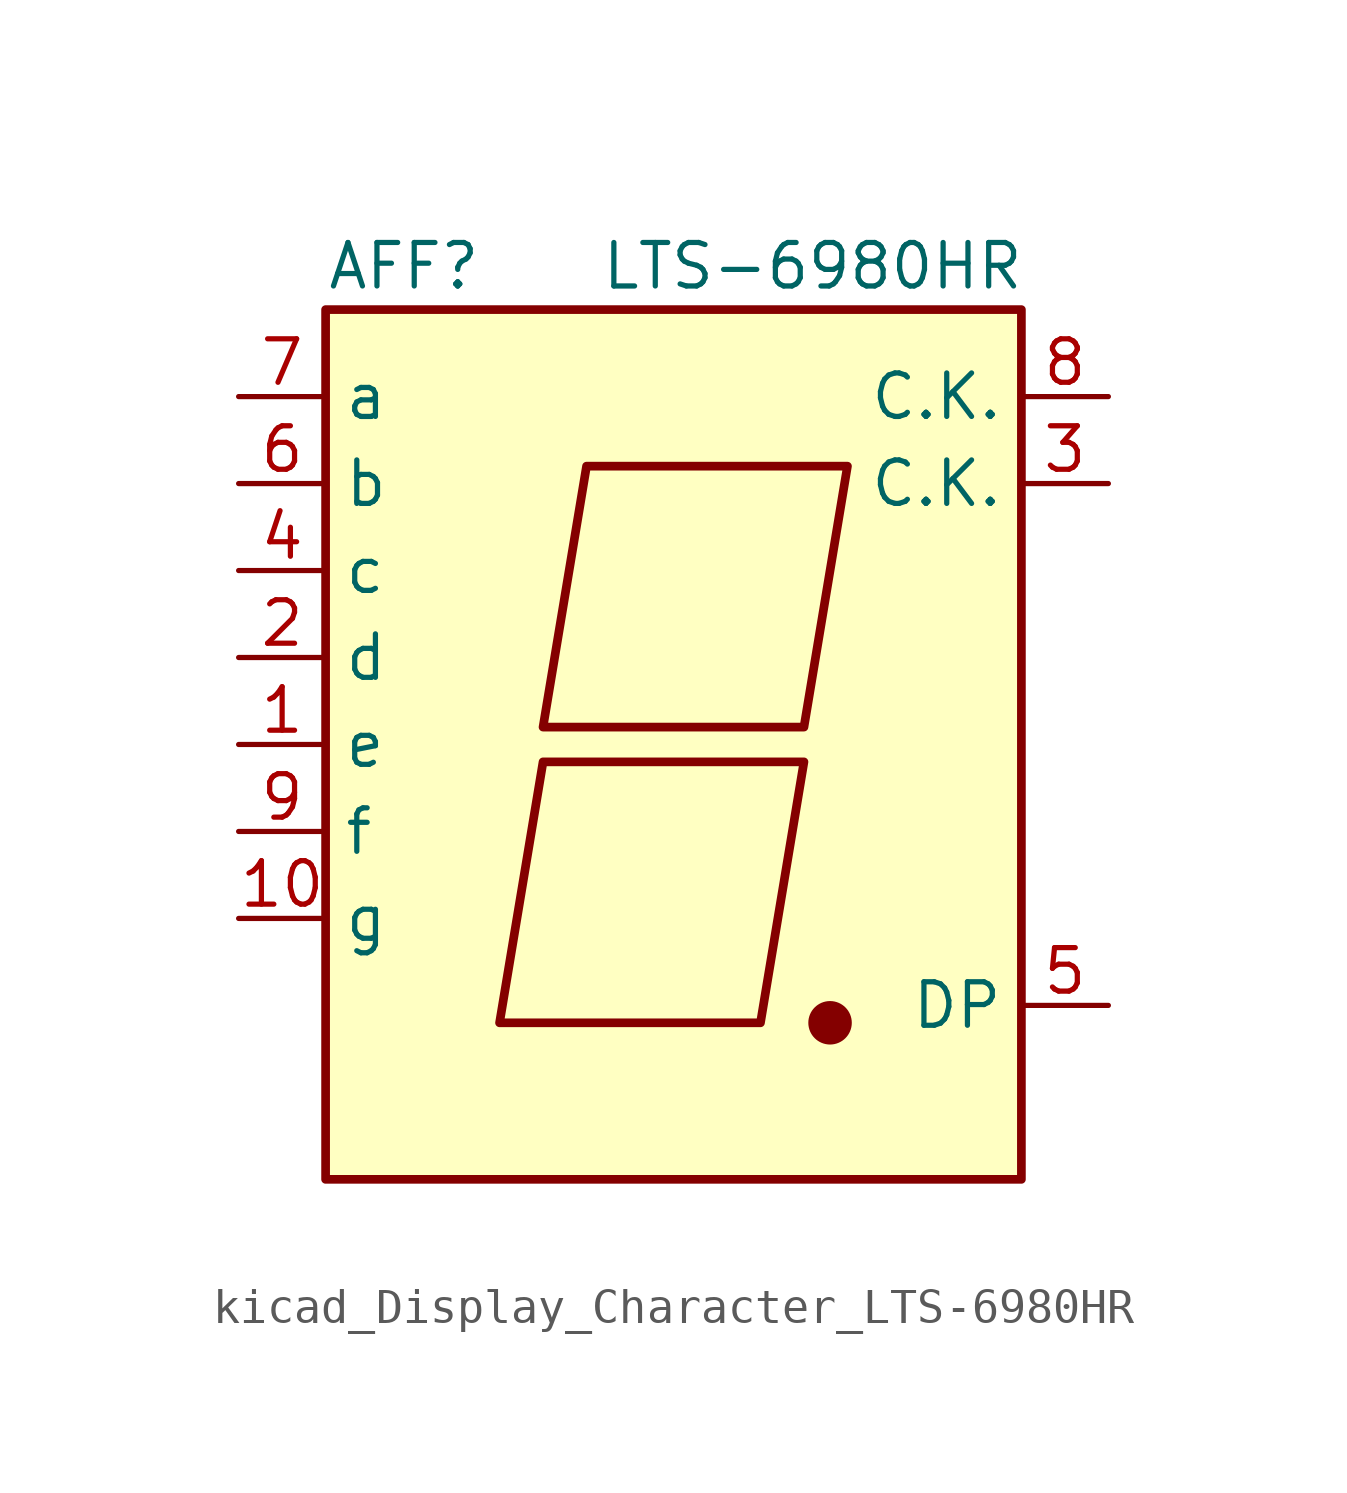
<source format=kicad_sym>
(kicad_symbol_lib
  (version 20220914)
  (generator kicad_symbol_editor)
  (symbol "kicad_Display_Character_LTS-6980HR"
    (property "Reference" "AFF"
      (at -7.874 13.97 0)
      (effects (font (size 1.27 1.27))))
    (property "Value" "LTS-6980HR"
      (at 4.064 13.97 0)
      (effects (font (size 1.27 1.27))))
    (symbol "kicad_Display_Character_LTS-6980HR_0_1"
      (rectangle (start -10.16 12.7) (end 10.16 -12.7) (stroke (width 0.254) (type default)) (fill (type background)))
      (polyline (pts (xy -3.81 -0.508) (xy 3.81 -0.508) (xy 2.54 -8.128) (xy -5.08 -8.128) (xy -3.81 -0.508) (xy -3.81 -0.508)) (stroke (width 0.254) (type default)) (fill (type none)))
      (polyline (pts (xy -2.54 8.128) (xy 5.08 8.128) (xy 3.81 0.508) (xy -3.81 0.508) (xy -2.54 8.128) (xy -2.54 8.128)) (stroke (width 0.254) (type default)) (fill (type none)))
      (circle (center 4.572 -8.128) (radius 0.508) (stroke (width 0.254) (type default)) (fill (type outline))))
    (symbol "kicad_Display_Character_LTS-6980HR_1_1"
      (pin passive line (at -12.7 0 0) (length 2.54) (name "e" (effects (font (size 1.27 1.27)))) (number "1" (effects (font (size 1.27 1.27)))))
      (pin passive line (at -12.7 -5.08 0) (length 2.54) (name "g" (effects (font (size 1.27 1.27)))) (number "10" (effects (font (size 1.27 1.27)))))
      (pin passive line (at -12.7 2.54 0) (length 2.54) (name "d" (effects (font (size 1.27 1.27)))) (number "2" (effects (font (size 1.27 1.27)))))
      (pin passive line (at 12.7 7.62 180) (length 2.54) (name "C.K." (effects (font (size 1.27 1.27)))) (number "3" (effects (font (size 1.27 1.27)))))
      (pin passive line (at -12.7 5.08 0) (length 2.54) (name "c" (effects (font (size 1.27 1.27)))) (number "4" (effects (font (size 1.27 1.27)))))
      (pin passive line (at 12.7 -7.62 180) (length 2.54) (name "DP" (effects (font (size 1.27 1.27)))) (number "5" (effects (font (size 1.27 1.27)))))
      (pin passive line (at -12.7 7.62 0) (length 2.54) (name "b" (effects (font (size 1.27 1.27)))) (number "6" (effects (font (size 1.27 1.27)))))
      (pin passive line (at -12.7 10.16 0) (length 2.54) (name "a" (effects (font (size 1.27 1.27)))) (number "7" (effects (font (size 1.27 1.27)))))
      (pin passive line (at 12.7 10.16 180) (length 2.54) (name "C.K." (effects (font (size 1.27 1.27)))) (number "8" (effects (font (size 1.27 1.27)))))
      (pin passive line (at -12.7 -2.54 0) (length 2.54) (name "f" (effects (font (size 1.27 1.27)))) (number "9" (effects (font (size 1.27 1.27))))))))
</source>
